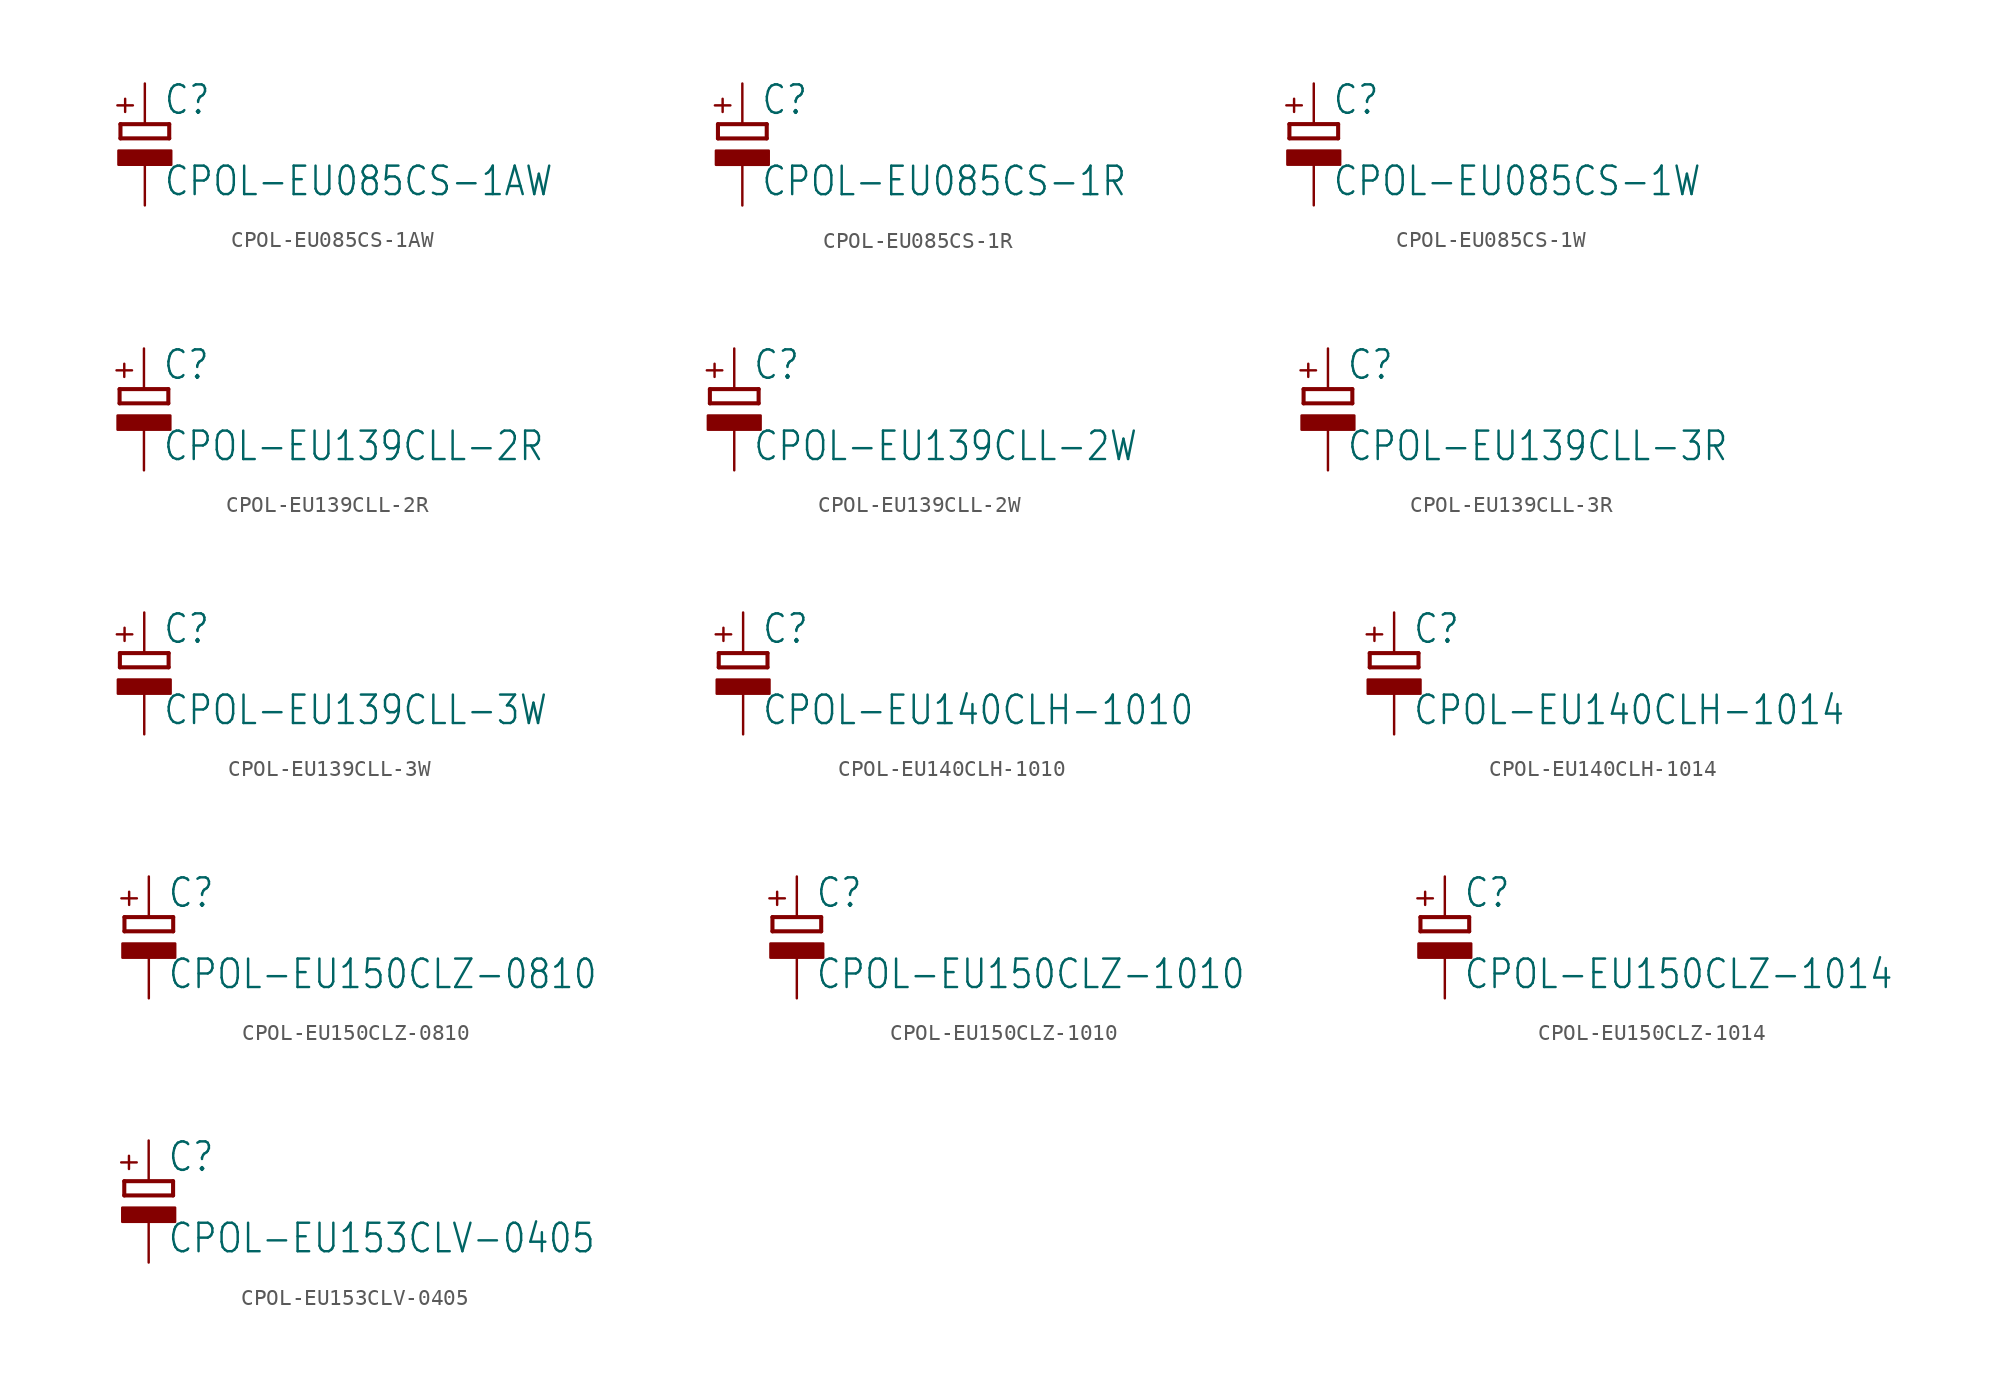
<source format=kicad_sym>
(kicad_symbol_lib
  (version 20210619)
  (generator kicad_symbol_editor)
  (symbol "CPOL-EU085CS-1AW"
    (property "Reference" "C"
      (at 1.143 0.483 0)
      (effects (font (size 1.778 1.511)) (justify left bottom)))
    (property "Value" "CPOL-EU085CS-1AW"
      (at 1.143 -4.597 0)
      (effects (font (size 1.778 1.511)) (justify left bottom)))
    (property "ki_locked" ""
      (at 0 0 0)
      (effects (font (size 1.27 1.27))))
    (symbol "CPOL-EU085CS-1AW_1_0"
      (text "+" (at -0.584 0.406 900) (effects (font (size 1.27 1.079)) (justify left bottom)))
      (rectangle (start -1.651 -2.54) (end 1.651 -1.651) (stroke (width 0)) (fill (type outline)))
      (polyline (pts (xy -1.524 -0.889) (xy 1.524 -0.889)) (stroke (width 0.254)) (fill (type none)))
      (polyline (pts (xy -1.524 0) (xy -1.524 -0.889)) (stroke (width 0.254)) (fill (type none)))
      (polyline (pts (xy -1.524 0) (xy 1.524 0)) (stroke (width 0.254)) (fill (type none)))
      (polyline (pts (xy 1.524 -0.889) (xy 1.524 0)) (stroke (width 0.254)) (fill (type none)))
      (pin passive line (at 0 2.54 270) (length 2.54) (name "+" (effects (font (size 0 0)))) (number "+" (effects (font (size 0 0)))))
      (pin passive line (at 0 -5.08 90) (length 2.54) (name "-" (effects (font (size 0 0)))) (number "-" (effects (font (size 0 0)))))))
  (symbol "CPOL-EU085CS-1R"
    (property "Reference" "C"
      (at 1.143 0.483 0)
      (effects (font (size 1.778 1.511)) (justify left bottom)))
    (property "Value" "CPOL-EU085CS-1R"
      (at 1.143 -4.597 0)
      (effects (font (size 1.778 1.511)) (justify left bottom)))
    (property "ki_locked" ""
      (at 0 0 0)
      (effects (font (size 1.27 1.27))))
    (symbol "CPOL-EU085CS-1R_1_0"
      (text "+" (at -0.584 0.406 900) (effects (font (size 1.27 1.079)) (justify left bottom)))
      (rectangle (start -1.651 -2.54) (end 1.651 -1.651) (stroke (width 0)) (fill (type outline)))
      (polyline (pts (xy -1.524 -0.889) (xy 1.524 -0.889)) (stroke (width 0.254)) (fill (type none)))
      (polyline (pts (xy -1.524 0) (xy -1.524 -0.889)) (stroke (width 0.254)) (fill (type none)))
      (polyline (pts (xy -1.524 0) (xy 1.524 0)) (stroke (width 0.254)) (fill (type none)))
      (polyline (pts (xy 1.524 -0.889) (xy 1.524 0)) (stroke (width 0.254)) (fill (type none)))
      (pin passive line (at 0 2.54 270) (length 2.54) (name "+" (effects (font (size 0 0)))) (number "+" (effects (font (size 0 0)))))
      (pin passive line (at 0 -5.08 90) (length 2.54) (name "-" (effects (font (size 0 0)))) (number "-" (effects (font (size 0 0)))))))
  (symbol "CPOL-EU085CS-1W"
    (property "Reference" "C"
      (at 1.143 0.483 0)
      (effects (font (size 1.778 1.511)) (justify left bottom)))
    (property "Value" "CPOL-EU085CS-1W"
      (at 1.143 -4.597 0)
      (effects (font (size 1.778 1.511)) (justify left bottom)))
    (property "ki_locked" ""
      (at 0 0 0)
      (effects (font (size 1.27 1.27))))
    (symbol "CPOL-EU085CS-1W_1_0"
      (text "+" (at -0.584 0.406 900) (effects (font (size 1.27 1.079)) (justify left bottom)))
      (rectangle (start -1.651 -2.54) (end 1.651 -1.651) (stroke (width 0)) (fill (type outline)))
      (polyline (pts (xy -1.524 -0.889) (xy 1.524 -0.889)) (stroke (width 0.254)) (fill (type none)))
      (polyline (pts (xy -1.524 0) (xy -1.524 -0.889)) (stroke (width 0.254)) (fill (type none)))
      (polyline (pts (xy -1.524 0) (xy 1.524 0)) (stroke (width 0.254)) (fill (type none)))
      (polyline (pts (xy 1.524 -0.889) (xy 1.524 0)) (stroke (width 0.254)) (fill (type none)))
      (pin passive line (at 0 2.54 270) (length 2.54) (name "+" (effects (font (size 0 0)))) (number "+" (effects (font (size 0 0)))))
      (pin passive line (at 0 -5.08 90) (length 2.54) (name "-" (effects (font (size 0 0)))) (number "-" (effects (font (size 0 0)))))))
  (symbol "CPOL-EU139CLL-2R"
    (property "Reference" "C"
      (at 1.143 0.483 0)
      (effects (font (size 1.778 1.511)) (justify left bottom)))
    (property "Value" "CPOL-EU139CLL-2R"
      (at 1.143 -4.597 0)
      (effects (font (size 1.778 1.511)) (justify left bottom)))
    (property "ki_locked" ""
      (at 0 0 0)
      (effects (font (size 1.27 1.27))))
    (symbol "CPOL-EU139CLL-2R_1_0"
      (text "+" (at -0.584 0.406 900) (effects (font (size 1.27 1.079)) (justify left bottom)))
      (rectangle (start -1.651 -2.54) (end 1.651 -1.651) (stroke (width 0)) (fill (type outline)))
      (polyline (pts (xy -1.524 -0.889) (xy 1.524 -0.889)) (stroke (width 0.254)) (fill (type none)))
      (polyline (pts (xy -1.524 0) (xy -1.524 -0.889)) (stroke (width 0.254)) (fill (type none)))
      (polyline (pts (xy -1.524 0) (xy 1.524 0)) (stroke (width 0.254)) (fill (type none)))
      (polyline (pts (xy 1.524 -0.889) (xy 1.524 0)) (stroke (width 0.254)) (fill (type none)))
      (pin passive line (at 0 2.54 270) (length 2.54) (name "+" (effects (font (size 0 0)))) (number "+" (effects (font (size 0 0)))))
      (pin passive line (at 0 -5.08 90) (length 2.54) (name "-" (effects (font (size 0 0)))) (number "-" (effects (font (size 0 0)))))))
  (symbol "CPOL-EU139CLL-2W"
    (property "Reference" "C"
      (at 1.143 0.483 0)
      (effects (font (size 1.778 1.511)) (justify left bottom)))
    (property "Value" "CPOL-EU139CLL-2W"
      (at 1.143 -4.597 0)
      (effects (font (size 1.778 1.511)) (justify left bottom)))
    (property "ki_locked" ""
      (at 0 0 0)
      (effects (font (size 1.27 1.27))))
    (symbol "CPOL-EU139CLL-2W_1_0"
      (text "+" (at -0.584 0.406 900) (effects (font (size 1.27 1.079)) (justify left bottom)))
      (rectangle (start -1.651 -2.54) (end 1.651 -1.651) (stroke (width 0)) (fill (type outline)))
      (polyline (pts (xy -1.524 -0.889) (xy 1.524 -0.889)) (stroke (width 0.254)) (fill (type none)))
      (polyline (pts (xy -1.524 0) (xy -1.524 -0.889)) (stroke (width 0.254)) (fill (type none)))
      (polyline (pts (xy -1.524 0) (xy 1.524 0)) (stroke (width 0.254)) (fill (type none)))
      (polyline (pts (xy 1.524 -0.889) (xy 1.524 0)) (stroke (width 0.254)) (fill (type none)))
      (pin passive line (at 0 2.54 270) (length 2.54) (name "+" (effects (font (size 0 0)))) (number "+" (effects (font (size 0 0)))))
      (pin passive line (at 0 -5.08 90) (length 2.54) (name "-" (effects (font (size 0 0)))) (number "-" (effects (font (size 0 0)))))))
  (symbol "CPOL-EU139CLL-3R"
    (property "Reference" "C"
      (at 1.143 0.483 0)
      (effects (font (size 1.778 1.511)) (justify left bottom)))
    (property "Value" "CPOL-EU139CLL-3R"
      (at 1.143 -4.597 0)
      (effects (font (size 1.778 1.511)) (justify left bottom)))
    (property "ki_locked" ""
      (at 0 0 0)
      (effects (font (size 1.27 1.27))))
    (symbol "CPOL-EU139CLL-3R_1_0"
      (text "+" (at -0.584 0.406 900) (effects (font (size 1.27 1.079)) (justify left bottom)))
      (rectangle (start -1.651 -2.54) (end 1.651 -1.651) (stroke (width 0)) (fill (type outline)))
      (polyline (pts (xy -1.524 -0.889) (xy 1.524 -0.889)) (stroke (width 0.254)) (fill (type none)))
      (polyline (pts (xy -1.524 0) (xy -1.524 -0.889)) (stroke (width 0.254)) (fill (type none)))
      (polyline (pts (xy -1.524 0) (xy 1.524 0)) (stroke (width 0.254)) (fill (type none)))
      (polyline (pts (xy 1.524 -0.889) (xy 1.524 0)) (stroke (width 0.254)) (fill (type none)))
      (pin passive line (at 0 2.54 270) (length 2.54) (name "+" (effects (font (size 0 0)))) (number "+" (effects (font (size 0 0)))))
      (pin passive line (at 0 -5.08 90) (length 2.54) (name "-" (effects (font (size 0 0)))) (number "-" (effects (font (size 0 0)))))))
  (symbol "CPOL-EU139CLL-3W"
    (property "Reference" "C"
      (at 1.143 0.483 0)
      (effects (font (size 1.778 1.511)) (justify left bottom)))
    (property "Value" "CPOL-EU139CLL-3W"
      (at 1.143 -4.597 0)
      (effects (font (size 1.778 1.511)) (justify left bottom)))
    (property "ki_locked" ""
      (at 0 0 0)
      (effects (font (size 1.27 1.27))))
    (symbol "CPOL-EU139CLL-3W_1_0"
      (text "+" (at -0.584 0.406 900) (effects (font (size 1.27 1.079)) (justify left bottom)))
      (rectangle (start -1.651 -2.54) (end 1.651 -1.651) (stroke (width 0)) (fill (type outline)))
      (polyline (pts (xy -1.524 -0.889) (xy 1.524 -0.889)) (stroke (width 0.254)) (fill (type none)))
      (polyline (pts (xy -1.524 0) (xy -1.524 -0.889)) (stroke (width 0.254)) (fill (type none)))
      (polyline (pts (xy -1.524 0) (xy 1.524 0)) (stroke (width 0.254)) (fill (type none)))
      (polyline (pts (xy 1.524 -0.889) (xy 1.524 0)) (stroke (width 0.254)) (fill (type none)))
      (pin passive line (at 0 2.54 270) (length 2.54) (name "+" (effects (font (size 0 0)))) (number "+" (effects (font (size 0 0)))))
      (pin passive line (at 0 -5.08 90) (length 2.54) (name "-" (effects (font (size 0 0)))) (number "-" (effects (font (size 0 0)))))))
  (symbol "CPOL-EU140CLH-1010"
    (property "Reference" "C"
      (at 1.143 0.483 0)
      (effects (font (size 1.778 1.511)) (justify left bottom)))
    (property "Value" "CPOL-EU140CLH-1010"
      (at 1.143 -4.597 0)
      (effects (font (size 1.778 1.511)) (justify left bottom)))
    (property "ki_locked" ""
      (at 0 0 0)
      (effects (font (size 1.27 1.27))))
    (symbol "CPOL-EU140CLH-1010_1_0"
      (text "+" (at -0.584 0.406 900) (effects (font (size 1.27 1.079)) (justify left bottom)))
      (rectangle (start -1.651 -2.54) (end 1.651 -1.651) (stroke (width 0)) (fill (type outline)))
      (polyline (pts (xy -1.524 -0.889) (xy 1.524 -0.889)) (stroke (width 0.254)) (fill (type none)))
      (polyline (pts (xy -1.524 0) (xy -1.524 -0.889)) (stroke (width 0.254)) (fill (type none)))
      (polyline (pts (xy -1.524 0) (xy 1.524 0)) (stroke (width 0.254)) (fill (type none)))
      (polyline (pts (xy 1.524 -0.889) (xy 1.524 0)) (stroke (width 0.254)) (fill (type none)))
      (pin passive line (at 0 2.54 270) (length 2.54) (name "+" (effects (font (size 0 0)))) (number "+" (effects (font (size 0 0)))))
      (pin passive line (at 0 -5.08 90) (length 2.54) (name "-" (effects (font (size 0 0)))) (number "-" (effects (font (size 0 0)))))))
  (symbol "CPOL-EU140CLH-1014"
    (property "Reference" "C"
      (at 1.143 0.483 0)
      (effects (font (size 1.778 1.511)) (justify left bottom)))
    (property "Value" "CPOL-EU140CLH-1014"
      (at 1.143 -4.597 0)
      (effects (font (size 1.778 1.511)) (justify left bottom)))
    (property "ki_locked" ""
      (at 0 0 0)
      (effects (font (size 1.27 1.27))))
    (symbol "CPOL-EU140CLH-1014_1_0"
      (text "+" (at -0.584 0.406 900) (effects (font (size 1.27 1.079)) (justify left bottom)))
      (rectangle (start -1.651 -2.54) (end 1.651 -1.651) (stroke (width 0)) (fill (type outline)))
      (polyline (pts (xy -1.524 -0.889) (xy 1.524 -0.889)) (stroke (width 0.254)) (fill (type none)))
      (polyline (pts (xy -1.524 0) (xy -1.524 -0.889)) (stroke (width 0.254)) (fill (type none)))
      (polyline (pts (xy -1.524 0) (xy 1.524 0)) (stroke (width 0.254)) (fill (type none)))
      (polyline (pts (xy 1.524 -0.889) (xy 1.524 0)) (stroke (width 0.254)) (fill (type none)))
      (pin passive line (at 0 2.54 270) (length 2.54) (name "+" (effects (font (size 0 0)))) (number "+" (effects (font (size 0 0)))))
      (pin passive line (at 0 -5.08 90) (length 2.54) (name "-" (effects (font (size 0 0)))) (number "-" (effects (font (size 0 0)))))))
  (symbol "CPOL-EU150CLZ-0810"
    (property "Reference" "C"
      (at 1.143 0.483 0)
      (effects (font (size 1.778 1.511)) (justify left bottom)))
    (property "Value" "CPOL-EU150CLZ-0810"
      (at 1.143 -4.597 0)
      (effects (font (size 1.778 1.511)) (justify left bottom)))
    (property "ki_locked" ""
      (at 0 0 0)
      (effects (font (size 1.27 1.27))))
    (symbol "CPOL-EU150CLZ-0810_1_0"
      (text "+" (at -0.584 0.406 900) (effects (font (size 1.27 1.079)) (justify left bottom)))
      (rectangle (start -1.651 -2.54) (end 1.651 -1.651) (stroke (width 0)) (fill (type outline)))
      (polyline (pts (xy -1.524 -0.889) (xy 1.524 -0.889)) (stroke (width 0.254)) (fill (type none)))
      (polyline (pts (xy -1.524 0) (xy -1.524 -0.889)) (stroke (width 0.254)) (fill (type none)))
      (polyline (pts (xy -1.524 0) (xy 1.524 0)) (stroke (width 0.254)) (fill (type none)))
      (polyline (pts (xy 1.524 -0.889) (xy 1.524 0)) (stroke (width 0.254)) (fill (type none)))
      (pin passive line (at 0 2.54 270) (length 2.54) (name "+" (effects (font (size 0 0)))) (number "+" (effects (font (size 0 0)))))
      (pin passive line (at 0 -5.08 90) (length 2.54) (name "-" (effects (font (size 0 0)))) (number "-" (effects (font (size 0 0)))))))
  (symbol "CPOL-EU150CLZ-1010"
    (property "Reference" "C"
      (at 1.143 0.483 0)
      (effects (font (size 1.778 1.511)) (justify left bottom)))
    (property "Value" "CPOL-EU150CLZ-1010"
      (at 1.143 -4.597 0)
      (effects (font (size 1.778 1.511)) (justify left bottom)))
    (property "ki_locked" ""
      (at 0 0 0)
      (effects (font (size 1.27 1.27))))
    (symbol "CPOL-EU150CLZ-1010_1_0"
      (text "+" (at -0.584 0.406 900) (effects (font (size 1.27 1.079)) (justify left bottom)))
      (rectangle (start -1.651 -2.54) (end 1.651 -1.651) (stroke (width 0)) (fill (type outline)))
      (polyline (pts (xy -1.524 -0.889) (xy 1.524 -0.889)) (stroke (width 0.254)) (fill (type none)))
      (polyline (pts (xy -1.524 0) (xy -1.524 -0.889)) (stroke (width 0.254)) (fill (type none)))
      (polyline (pts (xy -1.524 0) (xy 1.524 0)) (stroke (width 0.254)) (fill (type none)))
      (polyline (pts (xy 1.524 -0.889) (xy 1.524 0)) (stroke (width 0.254)) (fill (type none)))
      (pin passive line (at 0 2.54 270) (length 2.54) (name "+" (effects (font (size 0 0)))) (number "+" (effects (font (size 0 0)))))
      (pin passive line (at 0 -5.08 90) (length 2.54) (name "-" (effects (font (size 0 0)))) (number "-" (effects (font (size 0 0)))))))
  (symbol "CPOL-EU150CLZ-1014"
    (property "Reference" "C"
      (at 1.143 0.483 0)
      (effects (font (size 1.778 1.511)) (justify left bottom)))
    (property "Value" "CPOL-EU150CLZ-1014"
      (at 1.143 -4.597 0)
      (effects (font (size 1.778 1.511)) (justify left bottom)))
    (property "ki_locked" ""
      (at 0 0 0)
      (effects (font (size 1.27 1.27))))
    (symbol "CPOL-EU150CLZ-1014_1_0"
      (text "+" (at -0.584 0.406 900) (effects (font (size 1.27 1.079)) (justify left bottom)))
      (rectangle (start -1.651 -2.54) (end 1.651 -1.651) (stroke (width 0)) (fill (type outline)))
      (polyline (pts (xy -1.524 -0.889) (xy 1.524 -0.889)) (stroke (width 0.254)) (fill (type none)))
      (polyline (pts (xy -1.524 0) (xy -1.524 -0.889)) (stroke (width 0.254)) (fill (type none)))
      (polyline (pts (xy -1.524 0) (xy 1.524 0)) (stroke (width 0.254)) (fill (type none)))
      (polyline (pts (xy 1.524 -0.889) (xy 1.524 0)) (stroke (width 0.254)) (fill (type none)))
      (pin passive line (at 0 2.54 270) (length 2.54) (name "+" (effects (font (size 0 0)))) (number "+" (effects (font (size 0 0)))))
      (pin passive line (at 0 -5.08 90) (length 2.54) (name "-" (effects (font (size 0 0)))) (number "-" (effects (font (size 0 0)))))))
  (symbol "CPOL-EU153CLV-0405"
    (property "Reference" "C"
      (at 1.143 0.483 0)
      (effects (font (size 1.778 1.511)) (justify left bottom)))
    (property "Value" "CPOL-EU153CLV-0405"
      (at 1.143 -4.597 0)
      (effects (font (size 1.778 1.511)) (justify left bottom)))
    (property "ki_locked" ""
      (at 0 0 0)
      (effects (font (size 1.27 1.27))))
    (symbol "CPOL-EU153CLV-0405_1_0"
      (text "+" (at -0.584 0.406 900) (effects (font (size 1.27 1.079)) (justify left bottom)))
      (rectangle (start -1.651 -2.54) (end 1.651 -1.651) (stroke (width 0)) (fill (type outline)))
      (polyline (pts (xy -1.524 -0.889) (xy 1.524 -0.889)) (stroke (width 0.254)) (fill (type none)))
      (polyline (pts (xy -1.524 0) (xy -1.524 -0.889)) (stroke (width 0.254)) (fill (type none)))
      (polyline (pts (xy -1.524 0) (xy 1.524 0)) (stroke (width 0.254)) (fill (type none)))
      (polyline (pts (xy 1.524 -0.889) (xy 1.524 0)) (stroke (width 0.254)) (fill (type none)))
      (pin passive line (at 0 2.54 270) (length 2.54) (name "+" (effects (font (size 0 0)))) (number "+" (effects (font (size 0 0)))))
      (pin passive line (at 0 -5.08 90) (length 2.54) (name "-" (effects (font (size 0 0)))) (number "-" (effects (font (size 0 0))))))))
</source>
